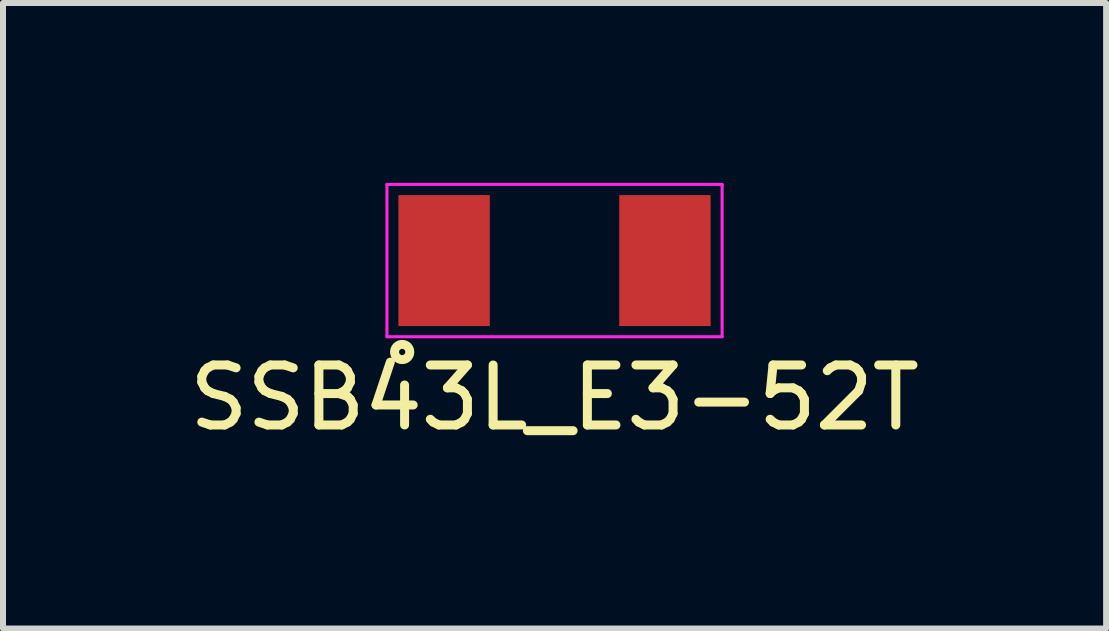
<source format=kicad_pcb>
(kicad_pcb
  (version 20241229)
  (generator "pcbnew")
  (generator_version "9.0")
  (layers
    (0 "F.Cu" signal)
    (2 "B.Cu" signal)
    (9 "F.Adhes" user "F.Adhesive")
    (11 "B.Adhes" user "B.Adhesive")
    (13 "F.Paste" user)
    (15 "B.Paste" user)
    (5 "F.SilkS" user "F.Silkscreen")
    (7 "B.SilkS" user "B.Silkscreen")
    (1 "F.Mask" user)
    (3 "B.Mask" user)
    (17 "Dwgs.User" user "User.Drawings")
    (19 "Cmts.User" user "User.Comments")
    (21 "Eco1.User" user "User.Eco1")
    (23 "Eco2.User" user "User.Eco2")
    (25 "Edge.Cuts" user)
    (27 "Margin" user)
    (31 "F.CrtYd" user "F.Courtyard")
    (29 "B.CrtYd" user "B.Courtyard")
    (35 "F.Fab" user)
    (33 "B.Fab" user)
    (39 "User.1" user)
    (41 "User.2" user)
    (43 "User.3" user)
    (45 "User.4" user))
  (footprint "SSB43L_E3-52T"
    (layer "F.Cu")
    (at 6.196 1.295)
    (property "Reference" "SSB43L_E3-52T" (at 0 2.286 0) (layer "F.SilkS") (effects (font (size 1 1) (thickness 0.15))))
    (attr through_hole)
    (fp_circle (center -2.54 1.524) (end -2.54 1.651) (stroke (width 0.15) (type solid)) (fill no) (layer "F.SilkS"))
    (fp_line (start -2.794 -1.27) (end -2.794 1.27) (stroke (width 0.051) (type solid)) (layer "F.CrtYd"))
    (fp_line (start -2.794 -1.27) (end 2.794 -1.27) (stroke (width 0.051) (type solid)) (layer "F.CrtYd"))
    (fp_line (start -2.794 1.27) (end 2.794 1.27) (stroke (width 0.051) (type solid)) (layer "F.CrtYd"))
    (fp_line (start 2.794 -1.27) (end 2.794 1.27) (stroke (width 0.051) (type solid)) (layer "F.CrtYd"))
    (pad "1" smd rect (at -1.841 0) (size 1.524 2.184) (layers "F.Cu" "F.Mask" "F.Paste"))
    (pad "2" smd rect (at 1.841 0) (size 1.524 2.184) (layers "F.Cu" "F.Mask" "F.Paste")))
  (gr_rect
    (start -3 -3)
    (end 15.393 7.43)
    (stroke (width 0.1) (type default))
    (fill no)
    (layer "Edge.Cuts")))
</source>
